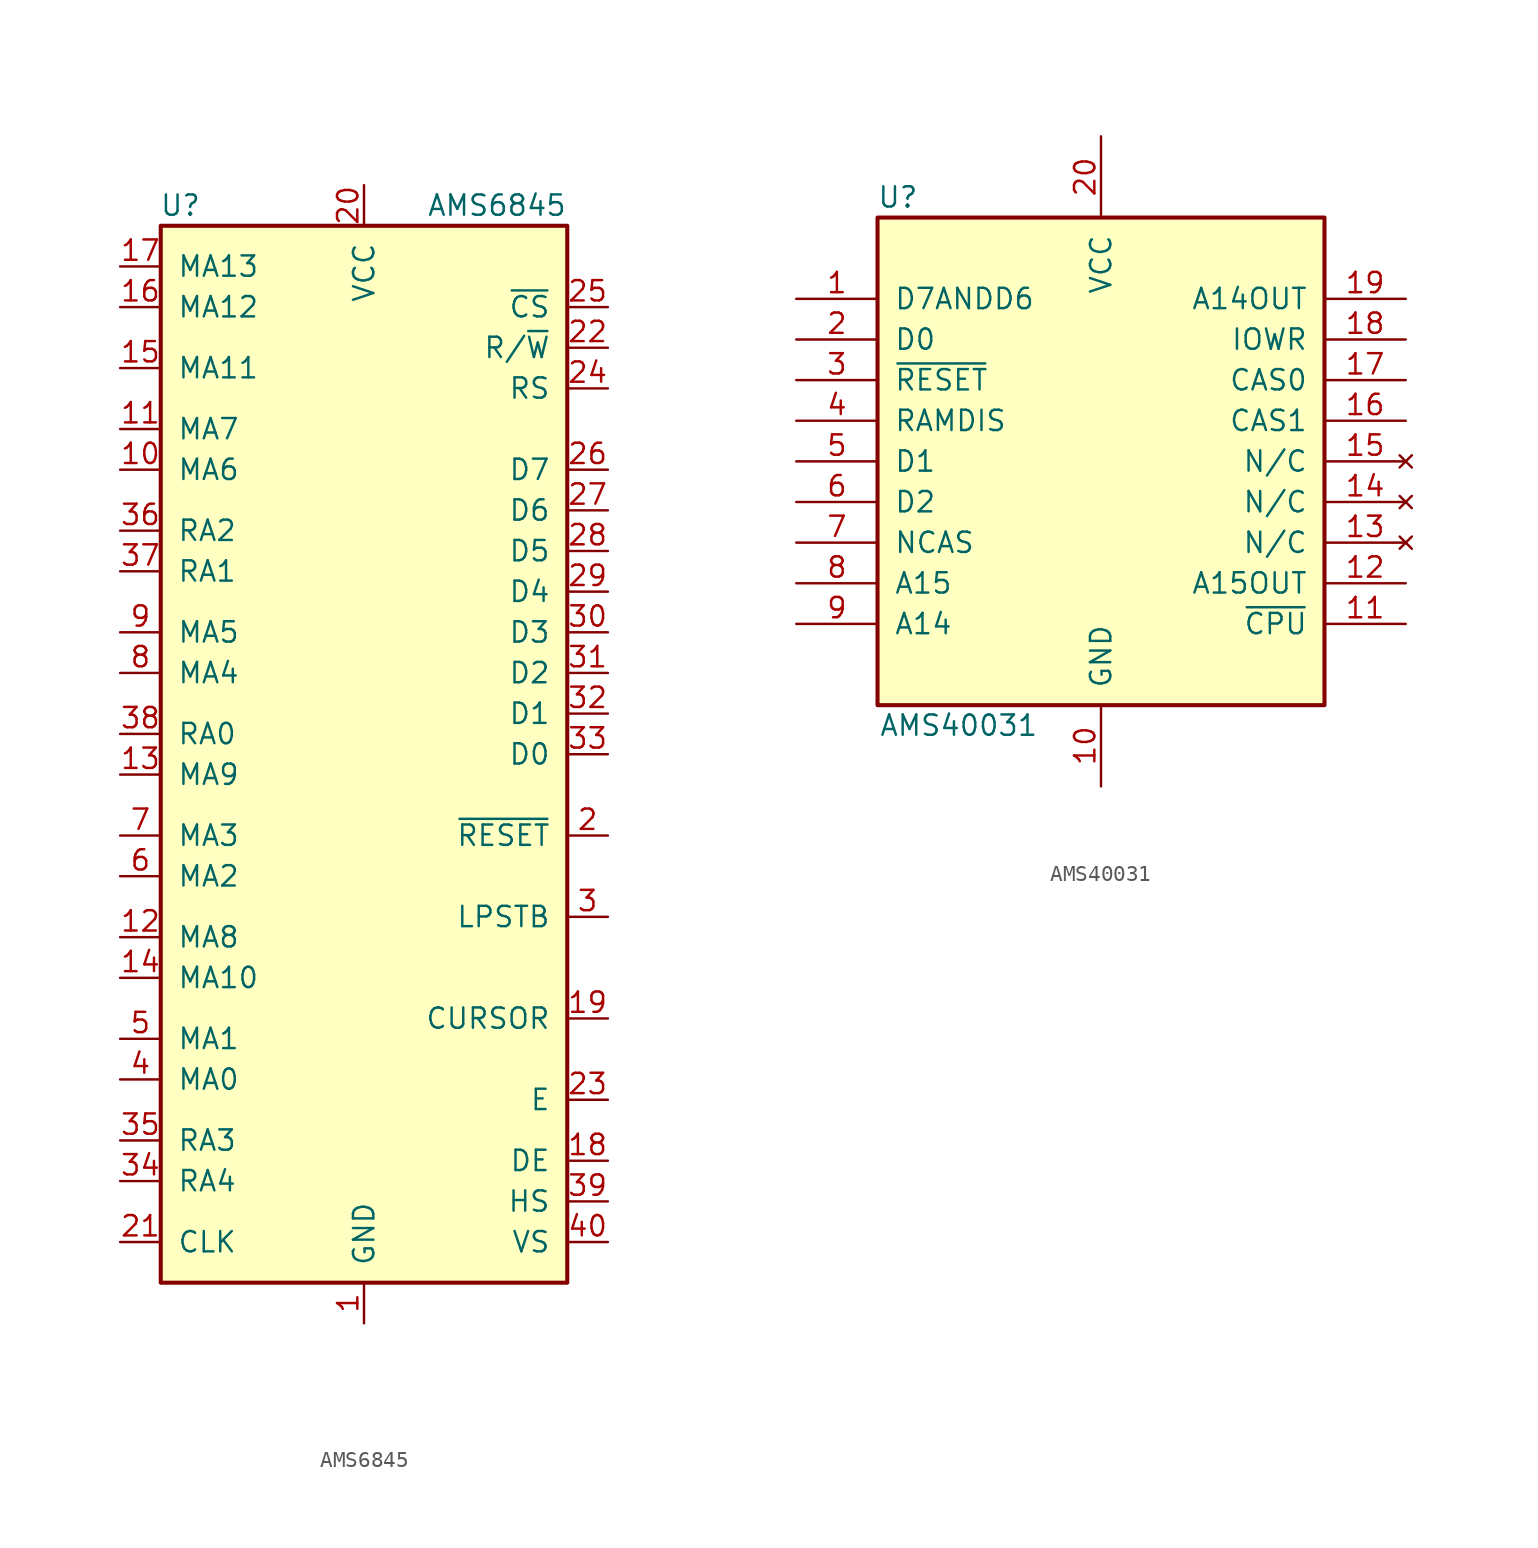
<source format=kicad_sym>
(kicad_symbol_lib
  (version 20211014)
  (generator kicad_symbol_editor)
  (symbol "AMS6845"
    (pin_names
      (offset 1.016))
    (property "Reference" "U"
      (at -10.16 34.29 0)
      (effects (font (size 1.27 1.27)) (justify right)))
    (property "Value" "AMS6845"
      (at 12.7 34.29 0)
      (effects (font (size 1.27 1.27)) (justify right)))
    (symbol "AMS6845_0_1"
      (rectangle (start -12.7 -33.02) (end 12.7 33.02) (stroke (width 0.254) (type default) (color 0 0 0 0)) (fill (type background))))
    (symbol "AMS6845_1_1"
      (pin power_in line (at 0 -35.56 90) (length 2.54) (name "GND" (effects (font (size 1.27 1.27)))) (number "1" (effects (font (size 1.27 1.27)))))
      (pin output line (at -15.24 17.78 0) (length 2.54) (name "MA6" (effects (font (size 1.27 1.27)))) (number "10" (effects (font (size 1.27 1.27)))))
      (pin output line (at -15.24 20.32 0) (length 2.54) (name "MA7" (effects (font (size 1.27 1.27)))) (number "11" (effects (font (size 1.27 1.27)))))
      (pin output line (at -15.24 -11.43 0) (length 2.54) (name "MA8" (effects (font (size 1.27 1.27)))) (number "12" (effects (font (size 1.27 1.27)))))
      (pin output line (at -15.24 -1.27 0) (length 2.54) (name "MA9" (effects (font (size 1.27 1.27)))) (number "13" (effects (font (size 1.27 1.27)))))
      (pin output line (at -15.24 -13.97 0) (length 2.54) (name "MA10" (effects (font (size 1.27 1.27)))) (number "14" (effects (font (size 1.27 1.27)))))
      (pin output line (at -15.24 24.13 0) (length 2.54) (name "MA11" (effects (font (size 1.27 1.27)))) (number "15" (effects (font (size 1.27 1.27)))))
      (pin output line (at -15.24 27.94 0) (length 2.54) (name "MA12" (effects (font (size 1.27 1.27)))) (number "16" (effects (font (size 1.27 1.27)))))
      (pin output line (at -15.24 30.48 0) (length 2.54) (name "MA13" (effects (font (size 1.27 1.27)))) (number "17" (effects (font (size 1.27 1.27)))))
      (pin output line (at 15.24 -25.4 180) (length 2.54) (name "DE" (effects (font (size 1.27 1.27)))) (number "18" (effects (font (size 1.27 1.27)))))
      (pin output line (at 15.24 -16.51 180) (length 2.54) (name "CURSOR" (effects (font (size 1.27 1.27)))) (number "19" (effects (font (size 1.27 1.27)))))
      (pin input line (at 15.24 -5.08 180) (length 2.54) (name "~{RESET}" (effects (font (size 1.27 1.27)))) (number "2" (effects (font (size 1.27 1.27)))))
      (pin power_in line (at 0 35.56 270) (length 2.54) (name "VCC" (effects (font (size 1.27 1.27)))) (number "20" (effects (font (size 1.27 1.27)))))
      (pin input line (at -15.24 -30.48 0) (length 2.54) (name "CLK" (effects (font (size 1.27 1.27)))) (number "21" (effects (font (size 1.27 1.27)))))
      (pin input line (at 15.24 25.4 180) (length 2.54) (name "R/~{W}" (effects (font (size 1.27 1.27)))) (number "22" (effects (font (size 1.27 1.27)))))
      (pin input line (at 15.24 -21.59 180) (length 2.54) (name "E" (effects (font (size 1.27 1.27)))) (number "23" (effects (font (size 1.27 1.27)))))
      (pin input line (at 15.24 22.86 180) (length 2.54) (name "RS" (effects (font (size 1.27 1.27)))) (number "24" (effects (font (size 1.27 1.27)))))
      (pin input line (at 15.24 27.94 180) (length 2.54) (name "~{CS}" (effects (font (size 1.27 1.27)))) (number "25" (effects (font (size 1.27 1.27)))))
      (pin bidirectional line (at 15.24 17.78 180) (length 2.54) (name "D7" (effects (font (size 1.27 1.27)))) (number "26" (effects (font (size 1.27 1.27)))))
      (pin bidirectional line (at 15.24 15.24 180) (length 2.54) (name "D6" (effects (font (size 1.27 1.27)))) (number "27" (effects (font (size 1.27 1.27)))))
      (pin bidirectional line (at 15.24 12.7 180) (length 2.54) (name "D5" (effects (font (size 1.27 1.27)))) (number "28" (effects (font (size 1.27 1.27)))))
      (pin bidirectional line (at 15.24 10.16 180) (length 2.54) (name "D4" (effects (font (size 1.27 1.27)))) (number "29" (effects (font (size 1.27 1.27)))))
      (pin input line (at 15.24 -10.16 180) (length 2.54) (name "LPSTB" (effects (font (size 1.27 1.27)))) (number "3" (effects (font (size 1.27 1.27)))))
      (pin bidirectional line (at 15.24 7.62 180) (length 2.54) (name "D3" (effects (font (size 1.27 1.27)))) (number "30" (effects (font (size 1.27 1.27)))))
      (pin bidirectional line (at 15.24 5.08 180) (length 2.54) (name "D2" (effects (font (size 1.27 1.27)))) (number "31" (effects (font (size 1.27 1.27)))))
      (pin bidirectional line (at 15.24 2.54 180) (length 2.54) (name "D1" (effects (font (size 1.27 1.27)))) (number "32" (effects (font (size 1.27 1.27)))))
      (pin bidirectional line (at 15.24 0 180) (length 2.54) (name "D0" (effects (font (size 1.27 1.27)))) (number "33" (effects (font (size 1.27 1.27)))))
      (pin output line (at -15.24 -26.67 0) (length 2.54) (name "RA4" (effects (font (size 1.27 1.27)))) (number "34" (effects (font (size 1.27 1.27)))))
      (pin output line (at -15.24 -24.13 0) (length 2.54) (name "RA3" (effects (font (size 1.27 1.27)))) (number "35" (effects (font (size 1.27 1.27)))))
      (pin output line (at -15.24 13.97 0) (length 2.54) (name "RA2" (effects (font (size 1.27 1.27)))) (number "36" (effects (font (size 1.27 1.27)))))
      (pin output line (at -15.24 11.43 0) (length 2.54) (name "RA1" (effects (font (size 1.27 1.27)))) (number "37" (effects (font (size 1.27 1.27)))))
      (pin output line (at -15.24 1.27 0) (length 2.54) (name "RA0" (effects (font (size 1.27 1.27)))) (number "38" (effects (font (size 1.27 1.27)))))
      (pin output line (at 15.24 -27.94 180) (length 2.54) (name "HS" (effects (font (size 1.27 1.27)))) (number "39" (effects (font (size 1.27 1.27)))))
      (pin output line (at -15.24 -20.32 0) (length 2.54) (name "MA0" (effects (font (size 1.27 1.27)))) (number "4" (effects (font (size 1.27 1.27)))))
      (pin output line (at 15.24 -30.48 180) (length 2.54) (name "VS" (effects (font (size 1.27 1.27)))) (number "40" (effects (font (size 1.27 1.27)))))
      (pin output line (at -15.24 -17.78 0) (length 2.54) (name "MA1" (effects (font (size 1.27 1.27)))) (number "5" (effects (font (size 1.27 1.27)))))
      (pin output line (at -15.24 -7.62 0) (length 2.54) (name "MA2" (effects (font (size 1.27 1.27)))) (number "6" (effects (font (size 1.27 1.27)))))
      (pin output line (at -15.24 -5.08 0) (length 2.54) (name "MA3" (effects (font (size 1.27 1.27)))) (number "7" (effects (font (size 1.27 1.27)))))
      (pin output line (at -15.24 5.08 0) (length 2.54) (name "MA4" (effects (font (size 1.27 1.27)))) (number "8" (effects (font (size 1.27 1.27)))))
      (pin output line (at -15.24 7.62 0) (length 2.54) (name "MA5" (effects (font (size 1.27 1.27)))) (number "9" (effects (font (size 1.27 1.27)))))))
  (symbol "AMS40031"
    (pin_names
      (offset 1.016))
    (property "Reference" "U"
      (at -12.7 16.51 0)
      (effects (font (size 1.27 1.27))))
    (property "Value" "AMS40031"
      (at -8.89 -16.51 0)
      (effects (font (size 1.27 1.27))))
    (symbol "AMS40031_1_0"
      (pin input line (at -19.05 10.16 0) (length 5.08) (name "D7ANDD6" (effects (font (size 1.27 1.27)))) (number "1" (effects (font (size 1.27 1.27)))))
      (pin power_in line (at 0 -20.32 90) (length 5.08) (name "GND" (effects (font (size 1.27 1.27)))) (number "10" (effects (font (size 1.27 1.27)))))
      (pin input line (at 19.05 -10.16 180) (length 5.08) (name "~{CPU}" (effects (font (size 1.27 1.27)))) (number "11" (effects (font (size 1.27 1.27)))))
      (pin output line (at 19.05 -7.62 180) (length 5.08) (name "A15OUT" (effects (font (size 1.27 1.27)))) (number "12" (effects (font (size 1.27 1.27)))))
      (pin no_connect line (at 19.05 -5.08 180) (length 5.08) (name "N/C" (effects (font (size 1.27 1.27)))) (number "13" (effects (font (size 1.27 1.27)))))
      (pin no_connect line (at 19.05 -2.54 180) (length 5.08) (name "N/C" (effects (font (size 1.27 1.27)))) (number "14" (effects (font (size 1.27 1.27)))))
      (pin no_connect line (at 19.05 0 180) (length 5.08) (name "N/C" (effects (font (size 1.27 1.27)))) (number "15" (effects (font (size 1.27 1.27)))))
      (pin output line (at 19.05 2.54 180) (length 5.08) (name "CAS1" (effects (font (size 1.27 1.27)))) (number "16" (effects (font (size 1.27 1.27)))))
      (pin output line (at 19.05 5.08 180) (length 5.08) (name "CAS0" (effects (font (size 1.27 1.27)))) (number "17" (effects (font (size 1.27 1.27)))))
      (pin input line (at 19.05 7.62 180) (length 5.08) (name "IOWR" (effects (font (size 1.27 1.27)))) (number "18" (effects (font (size 1.27 1.27)))))
      (pin output line (at 19.05 10.16 180) (length 5.08) (name "A14OUT" (effects (font (size 1.27 1.27)))) (number "19" (effects (font (size 1.27 1.27)))))
      (pin input line (at -19.05 7.62 0) (length 5.08) (name "D0" (effects (font (size 1.27 1.27)))) (number "2" (effects (font (size 1.27 1.27)))))
      (pin power_in line (at 0 20.32 270) (length 5.08) (name "VCC" (effects (font (size 1.27 1.27)))) (number "20" (effects (font (size 1.27 1.27)))))
      (pin input line (at -19.05 5.08 0) (length 5.08) (name "~{RESET}" (effects (font (size 1.27 1.27)))) (number "3" (effects (font (size 1.27 1.27)))))
      (pin input line (at -19.05 2.54 0) (length 5.08) (name "RAMDIS" (effects (font (size 1.27 1.27)))) (number "4" (effects (font (size 1.27 1.27)))))
      (pin input line (at -19.05 0 0) (length 5.08) (name "D1" (effects (font (size 1.27 1.27)))) (number "5" (effects (font (size 1.27 1.27)))))
      (pin input line (at -19.05 -2.54 0) (length 5.08) (name "D2" (effects (font (size 1.27 1.27)))) (number "6" (effects (font (size 1.27 1.27)))))
      (pin input line (at -19.05 -5.08 0) (length 5.08) (name "NCAS" (effects (font (size 1.27 1.27)))) (number "7" (effects (font (size 1.27 1.27)))))
      (pin input line (at -19.05 -7.62 0) (length 5.08) (name "A15" (effects (font (size 1.27 1.27)))) (number "8" (effects (font (size 1.27 1.27)))))
      (pin input line (at -19.05 -10.16 0) (length 5.08) (name "A14" (effects (font (size 1.27 1.27)))) (number "9" (effects (font (size 1.27 1.27))))))
    (symbol "AMS40031_1_1"
      (rectangle (start -13.97 15.24) (end 13.97 -15.24) (stroke (width 0.254) (type default) (color 0 0 0 0)) (fill (type background))))))
</source>
